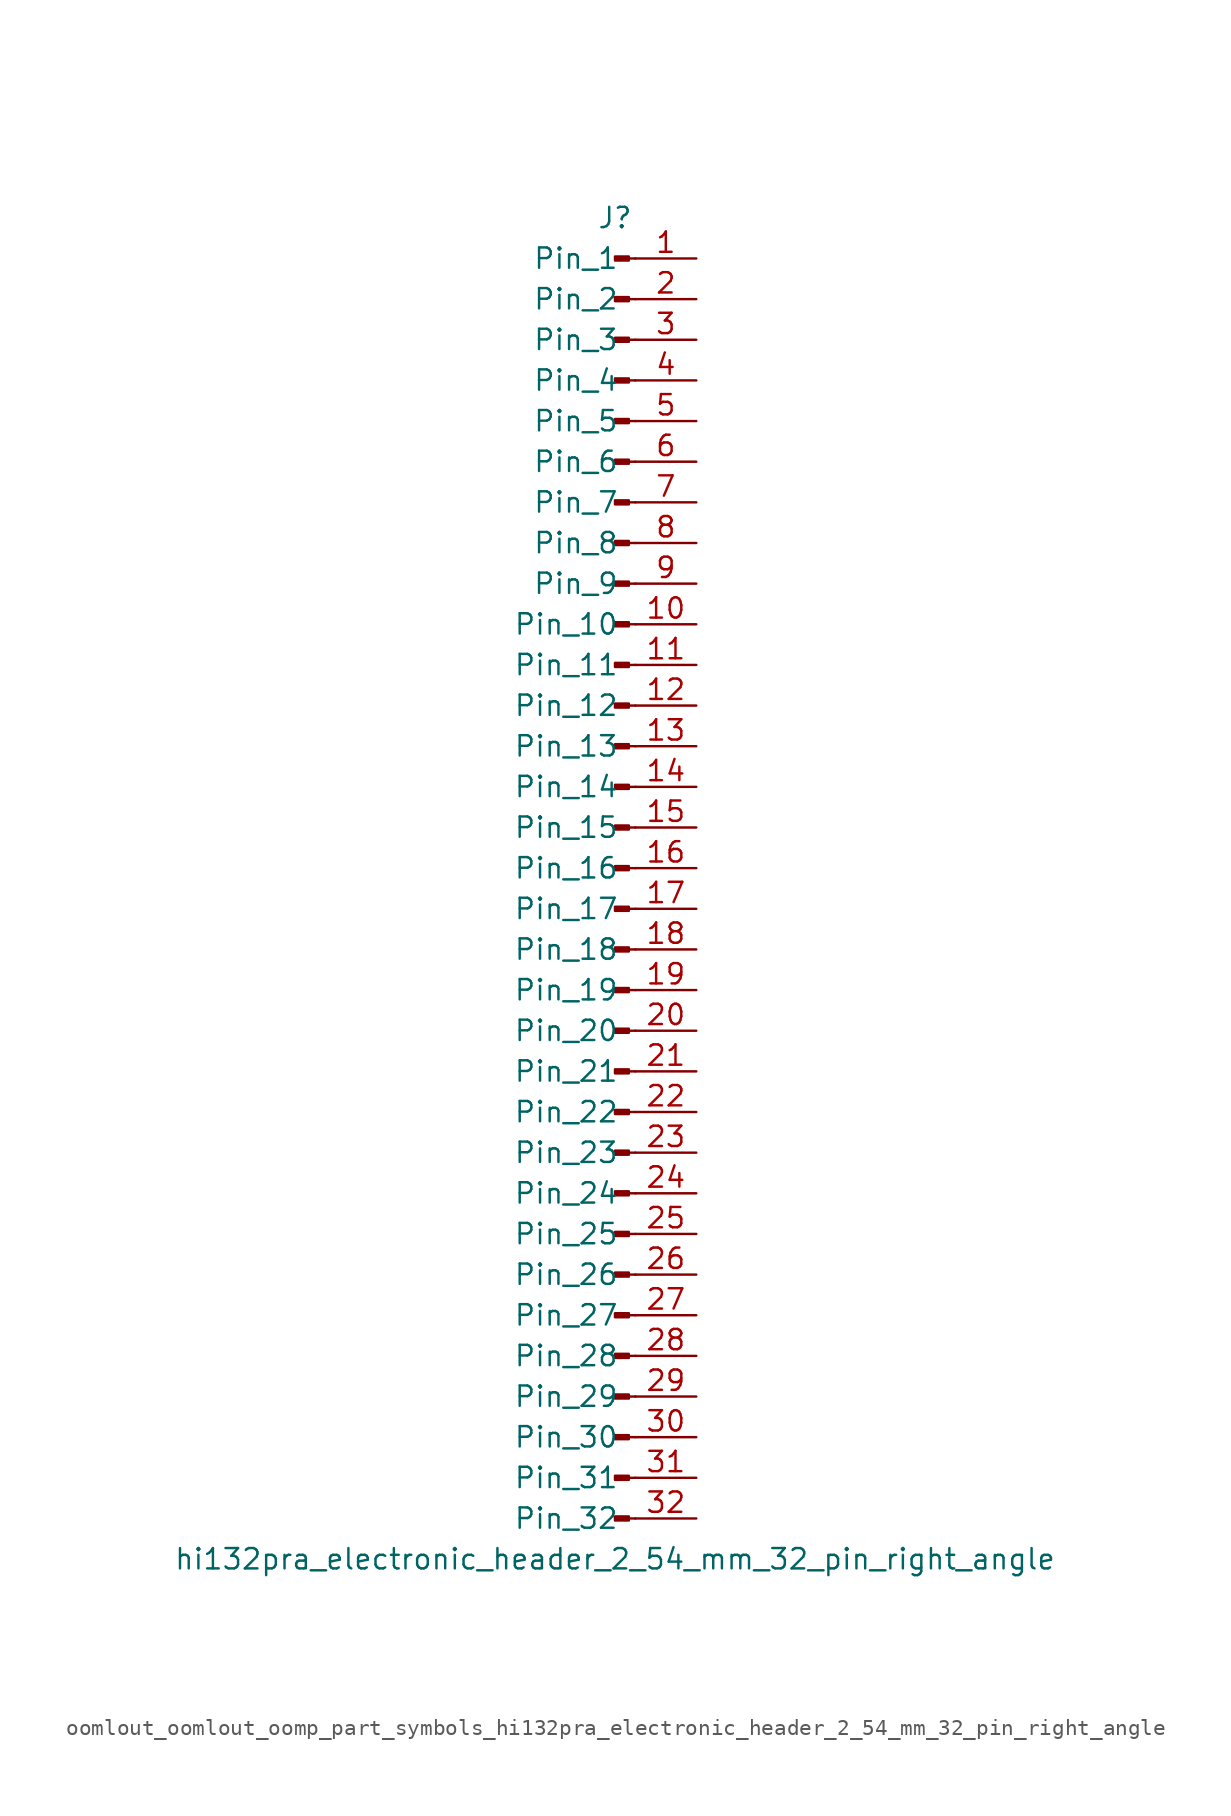
<source format=kicad_sym>
(kicad_symbol_lib
  (version 20220914)
  (generator kicad_symbol_editor)
  (symbol "oomlout_oomlout_oomp_part_symbols_hi132pra_electronic_header_2_54_mm_32_pin_right_angle"
    (pin_names
      (offset 1.016))
    (property "Reference" "J"
      (at 0 40.64 0)
      (effects (font (size 1.27 1.27))))
    (property "Value" "hi132pra_electronic_header_2_54_mm_32_pin_right_angle"
      (at 0 -43.18 0)
      (effects (font (size 1.27 1.27))))
    (property "ki_locked" ""
      (at 0 0 0)
      (effects (font (size 1.27 1.27))))
    (symbol "oomlout_oomlout_oomp_part_symbols_hi132pra_electronic_header_2_54_mm_32_pin_right_angle_1_1"
      (polyline (pts (xy 1.27 -40.64) (xy 0.864 -40.64)) (stroke (width 0.152) (type default)) (fill (type none)))
      (polyline (pts (xy 1.27 -38.1) (xy 0.864 -38.1)) (stroke (width 0.152) (type default)) (fill (type none)))
      (polyline (pts (xy 1.27 -35.56) (xy 0.864 -35.56)) (stroke (width 0.152) (type default)) (fill (type none)))
      (polyline (pts (xy 1.27 -33.02) (xy 0.864 -33.02)) (stroke (width 0.152) (type default)) (fill (type none)))
      (polyline (pts (xy 1.27 -30.48) (xy 0.864 -30.48)) (stroke (width 0.152) (type default)) (fill (type none)))
      (polyline (pts (xy 1.27 -27.94) (xy 0.864 -27.94)) (stroke (width 0.152) (type default)) (fill (type none)))
      (polyline (pts (xy 1.27 -25.4) (xy 0.864 -25.4)) (stroke (width 0.152) (type default)) (fill (type none)))
      (polyline (pts (xy 1.27 -22.86) (xy 0.864 -22.86)) (stroke (width 0.152) (type default)) (fill (type none)))
      (polyline (pts (xy 1.27 -20.32) (xy 0.864 -20.32)) (stroke (width 0.152) (type default)) (fill (type none)))
      (polyline (pts (xy 1.27 -17.78) (xy 0.864 -17.78)) (stroke (width 0.152) (type default)) (fill (type none)))
      (polyline (pts (xy 1.27 -15.24) (xy 0.864 -15.24)) (stroke (width 0.152) (type default)) (fill (type none)))
      (polyline (pts (xy 1.27 -12.7) (xy 0.864 -12.7)) (stroke (width 0.152) (type default)) (fill (type none)))
      (polyline (pts (xy 1.27 -10.16) (xy 0.864 -10.16)) (stroke (width 0.152) (type default)) (fill (type none)))
      (polyline (pts (xy 1.27 -7.62) (xy 0.864 -7.62)) (stroke (width 0.152) (type default)) (fill (type none)))
      (polyline (pts (xy 1.27 -5.08) (xy 0.864 -5.08)) (stroke (width 0.152) (type default)) (fill (type none)))
      (polyline (pts (xy 1.27 -2.54) (xy 0.864 -2.54)) (stroke (width 0.152) (type default)) (fill (type none)))
      (polyline (pts (xy 1.27 0) (xy 0.864 0)) (stroke (width 0.152) (type default)) (fill (type none)))
      (polyline (pts (xy 1.27 2.54) (xy 0.864 2.54)) (stroke (width 0.152) (type default)) (fill (type none)))
      (polyline (pts (xy 1.27 5.08) (xy 0.864 5.08)) (stroke (width 0.152) (type default)) (fill (type none)))
      (polyline (pts (xy 1.27 7.62) (xy 0.864 7.62)) (stroke (width 0.152) (type default)) (fill (type none)))
      (polyline (pts (xy 1.27 10.16) (xy 0.864 10.16)) (stroke (width 0.152) (type default)) (fill (type none)))
      (polyline (pts (xy 1.27 12.7) (xy 0.864 12.7)) (stroke (width 0.152) (type default)) (fill (type none)))
      (polyline (pts (xy 1.27 15.24) (xy 0.864 15.24)) (stroke (width 0.152) (type default)) (fill (type none)))
      (polyline (pts (xy 1.27 17.78) (xy 0.864 17.78)) (stroke (width 0.152) (type default)) (fill (type none)))
      (polyline (pts (xy 1.27 20.32) (xy 0.864 20.32)) (stroke (width 0.152) (type default)) (fill (type none)))
      (polyline (pts (xy 1.27 22.86) (xy 0.864 22.86)) (stroke (width 0.152) (type default)) (fill (type none)))
      (polyline (pts (xy 1.27 25.4) (xy 0.864 25.4)) (stroke (width 0.152) (type default)) (fill (type none)))
      (polyline (pts (xy 1.27 27.94) (xy 0.864 27.94)) (stroke (width 0.152) (type default)) (fill (type none)))
      (polyline (pts (xy 1.27 30.48) (xy 0.864 30.48)) (stroke (width 0.152) (type default)) (fill (type none)))
      (polyline (pts (xy 1.27 33.02) (xy 0.864 33.02)) (stroke (width 0.152) (type default)) (fill (type none)))
      (polyline (pts (xy 1.27 35.56) (xy 0.864 35.56)) (stroke (width 0.152) (type default)) (fill (type none)))
      (polyline (pts (xy 1.27 38.1) (xy 0.864 38.1)) (stroke (width 0.152) (type default)) (fill (type none)))
      (rectangle (start 0.864 -40.513) (end 0 -40.767) (stroke (width 0.152) (type default)) (fill (type outline)))
      (rectangle (start 0.864 -37.973) (end 0 -38.227) (stroke (width 0.152) (type default)) (fill (type outline)))
      (rectangle (start 0.864 -35.433) (end 0 -35.687) (stroke (width 0.152) (type default)) (fill (type outline)))
      (rectangle (start 0.864 -32.893) (end 0 -33.147) (stroke (width 0.152) (type default)) (fill (type outline)))
      (rectangle (start 0.864 -30.353) (end 0 -30.607) (stroke (width 0.152) (type default)) (fill (type outline)))
      (rectangle (start 0.864 -27.813) (end 0 -28.067) (stroke (width 0.152) (type default)) (fill (type outline)))
      (rectangle (start 0.864 -25.273) (end 0 -25.527) (stroke (width 0.152) (type default)) (fill (type outline)))
      (rectangle (start 0.864 -22.733) (end 0 -22.987) (stroke (width 0.152) (type default)) (fill (type outline)))
      (rectangle (start 0.864 -20.193) (end 0 -20.447) (stroke (width 0.152) (type default)) (fill (type outline)))
      (rectangle (start 0.864 -17.653) (end 0 -17.907) (stroke (width 0.152) (type default)) (fill (type outline)))
      (rectangle (start 0.864 -15.113) (end 0 -15.367) (stroke (width 0.152) (type default)) (fill (type outline)))
      (rectangle (start 0.864 -12.573) (end 0 -12.827) (stroke (width 0.152) (type default)) (fill (type outline)))
      (rectangle (start 0.864 -10.033) (end 0 -10.287) (stroke (width 0.152) (type default)) (fill (type outline)))
      (rectangle (start 0.864 -7.493) (end 0 -7.747) (stroke (width 0.152) (type default)) (fill (type outline)))
      (rectangle (start 0.864 -4.953) (end 0 -5.207) (stroke (width 0.152) (type default)) (fill (type outline)))
      (rectangle (start 0.864 -2.413) (end 0 -2.667) (stroke (width 0.152) (type default)) (fill (type outline)))
      (rectangle (start 0.864 0.127) (end 0 -0.127) (stroke (width 0.152) (type default)) (fill (type outline)))
      (rectangle (start 0.864 2.667) (end 0 2.413) (stroke (width 0.152) (type default)) (fill (type outline)))
      (rectangle (start 0.864 5.207) (end 0 4.953) (stroke (width 0.152) (type default)) (fill (type outline)))
      (rectangle (start 0.864 7.747) (end 0 7.493) (stroke (width 0.152) (type default)) (fill (type outline)))
      (rectangle (start 0.864 10.287) (end 0 10.033) (stroke (width 0.152) (type default)) (fill (type outline)))
      (rectangle (start 0.864 12.827) (end 0 12.573) (stroke (width 0.152) (type default)) (fill (type outline)))
      (rectangle (start 0.864 15.367) (end 0 15.113) (stroke (width 0.152) (type default)) (fill (type outline)))
      (rectangle (start 0.864 17.907) (end 0 17.653) (stroke (width 0.152) (type default)) (fill (type outline)))
      (rectangle (start 0.864 20.447) (end 0 20.193) (stroke (width 0.152) (type default)) (fill (type outline)))
      (rectangle (start 0.864 22.987) (end 0 22.733) (stroke (width 0.152) (type default)) (fill (type outline)))
      (rectangle (start 0.864 25.527) (end 0 25.273) (stroke (width 0.152) (type default)) (fill (type outline)))
      (rectangle (start 0.864 28.067) (end 0 27.813) (stroke (width 0.152) (type default)) (fill (type outline)))
      (rectangle (start 0.864 30.607) (end 0 30.353) (stroke (width 0.152) (type default)) (fill (type outline)))
      (rectangle (start 0.864 33.147) (end 0 32.893) (stroke (width 0.152) (type default)) (fill (type outline)))
      (rectangle (start 0.864 35.687) (end 0 35.433) (stroke (width 0.152) (type default)) (fill (type outline)))
      (rectangle (start 0.864 38.227) (end 0 37.973) (stroke (width 0.152) (type default)) (fill (type outline)))
      (pin passive line (at 5.08 38.1 180) (length 3.81) (name "Pin_1" (effects (font (size 1.27 1.27)))) (number "1" (effects (font (size 1.27 1.27)))))
      (pin passive line (at 5.08 15.24 180) (length 3.81) (name "Pin_10" (effects (font (size 1.27 1.27)))) (number "10" (effects (font (size 1.27 1.27)))))
      (pin passive line (at 5.08 12.7 180) (length 3.81) (name "Pin_11" (effects (font (size 1.27 1.27)))) (number "11" (effects (font (size 1.27 1.27)))))
      (pin passive line (at 5.08 10.16 180) (length 3.81) (name "Pin_12" (effects (font (size 1.27 1.27)))) (number "12" (effects (font (size 1.27 1.27)))))
      (pin passive line (at 5.08 7.62 180) (length 3.81) (name "Pin_13" (effects (font (size 1.27 1.27)))) (number "13" (effects (font (size 1.27 1.27)))))
      (pin passive line (at 5.08 5.08 180) (length 3.81) (name "Pin_14" (effects (font (size 1.27 1.27)))) (number "14" (effects (font (size 1.27 1.27)))))
      (pin passive line (at 5.08 2.54 180) (length 3.81) (name "Pin_15" (effects (font (size 1.27 1.27)))) (number "15" (effects (font (size 1.27 1.27)))))
      (pin passive line (at 5.08 0 180) (length 3.81) (name "Pin_16" (effects (font (size 1.27 1.27)))) (number "16" (effects (font (size 1.27 1.27)))))
      (pin passive line (at 5.08 -2.54 180) (length 3.81) (name "Pin_17" (effects (font (size 1.27 1.27)))) (number "17" (effects (font (size 1.27 1.27)))))
      (pin passive line (at 5.08 -5.08 180) (length 3.81) (name "Pin_18" (effects (font (size 1.27 1.27)))) (number "18" (effects (font (size 1.27 1.27)))))
      (pin passive line (at 5.08 -7.62 180) (length 3.81) (name "Pin_19" (effects (font (size 1.27 1.27)))) (number "19" (effects (font (size 1.27 1.27)))))
      (pin passive line (at 5.08 35.56 180) (length 3.81) (name "Pin_2" (effects (font (size 1.27 1.27)))) (number "2" (effects (font (size 1.27 1.27)))))
      (pin passive line (at 5.08 -10.16 180) (length 3.81) (name "Pin_20" (effects (font (size 1.27 1.27)))) (number "20" (effects (font (size 1.27 1.27)))))
      (pin passive line (at 5.08 -12.7 180) (length 3.81) (name "Pin_21" (effects (font (size 1.27 1.27)))) (number "21" (effects (font (size 1.27 1.27)))))
      (pin passive line (at 5.08 -15.24 180) (length 3.81) (name "Pin_22" (effects (font (size 1.27 1.27)))) (number "22" (effects (font (size 1.27 1.27)))))
      (pin passive line (at 5.08 -17.78 180) (length 3.81) (name "Pin_23" (effects (font (size 1.27 1.27)))) (number "23" (effects (font (size 1.27 1.27)))))
      (pin passive line (at 5.08 -20.32 180) (length 3.81) (name "Pin_24" (effects (font (size 1.27 1.27)))) (number "24" (effects (font (size 1.27 1.27)))))
      (pin passive line (at 5.08 -22.86 180) (length 3.81) (name "Pin_25" (effects (font (size 1.27 1.27)))) (number "25" (effects (font (size 1.27 1.27)))))
      (pin passive line (at 5.08 -25.4 180) (length 3.81) (name "Pin_26" (effects (font (size 1.27 1.27)))) (number "26" (effects (font (size 1.27 1.27)))))
      (pin passive line (at 5.08 -27.94 180) (length 3.81) (name "Pin_27" (effects (font (size 1.27 1.27)))) (number "27" (effects (font (size 1.27 1.27)))))
      (pin passive line (at 5.08 -30.48 180) (length 3.81) (name "Pin_28" (effects (font (size 1.27 1.27)))) (number "28" (effects (font (size 1.27 1.27)))))
      (pin passive line (at 5.08 -33.02 180) (length 3.81) (name "Pin_29" (effects (font (size 1.27 1.27)))) (number "29" (effects (font (size 1.27 1.27)))))
      (pin passive line (at 5.08 33.02 180) (length 3.81) (name "Pin_3" (effects (font (size 1.27 1.27)))) (number "3" (effects (font (size 1.27 1.27)))))
      (pin passive line (at 5.08 -35.56 180) (length 3.81) (name "Pin_30" (effects (font (size 1.27 1.27)))) (number "30" (effects (font (size 1.27 1.27)))))
      (pin passive line (at 5.08 -38.1 180) (length 3.81) (name "Pin_31" (effects (font (size 1.27 1.27)))) (number "31" (effects (font (size 1.27 1.27)))))
      (pin passive line (at 5.08 -40.64 180) (length 3.81) (name "Pin_32" (effects (font (size 1.27 1.27)))) (number "32" (effects (font (size 1.27 1.27)))))
      (pin passive line (at 5.08 30.48 180) (length 3.81) (name "Pin_4" (effects (font (size 1.27 1.27)))) (number "4" (effects (font (size 1.27 1.27)))))
      (pin passive line (at 5.08 27.94 180) (length 3.81) (name "Pin_5" (effects (font (size 1.27 1.27)))) (number "5" (effects (font (size 1.27 1.27)))))
      (pin passive line (at 5.08 25.4 180) (length 3.81) (name "Pin_6" (effects (font (size 1.27 1.27)))) (number "6" (effects (font (size 1.27 1.27)))))
      (pin passive line (at 5.08 22.86 180) (length 3.81) (name "Pin_7" (effects (font (size 1.27 1.27)))) (number "7" (effects (font (size 1.27 1.27)))))
      (pin passive line (at 5.08 20.32 180) (length 3.81) (name "Pin_8" (effects (font (size 1.27 1.27)))) (number "8" (effects (font (size 1.27 1.27)))))
      (pin passive line (at 5.08 17.78 180) (length 3.81) (name "Pin_9" (effects (font (size 1.27 1.27)))) (number "9" (effects (font (size 1.27 1.27))))))))
</source>
